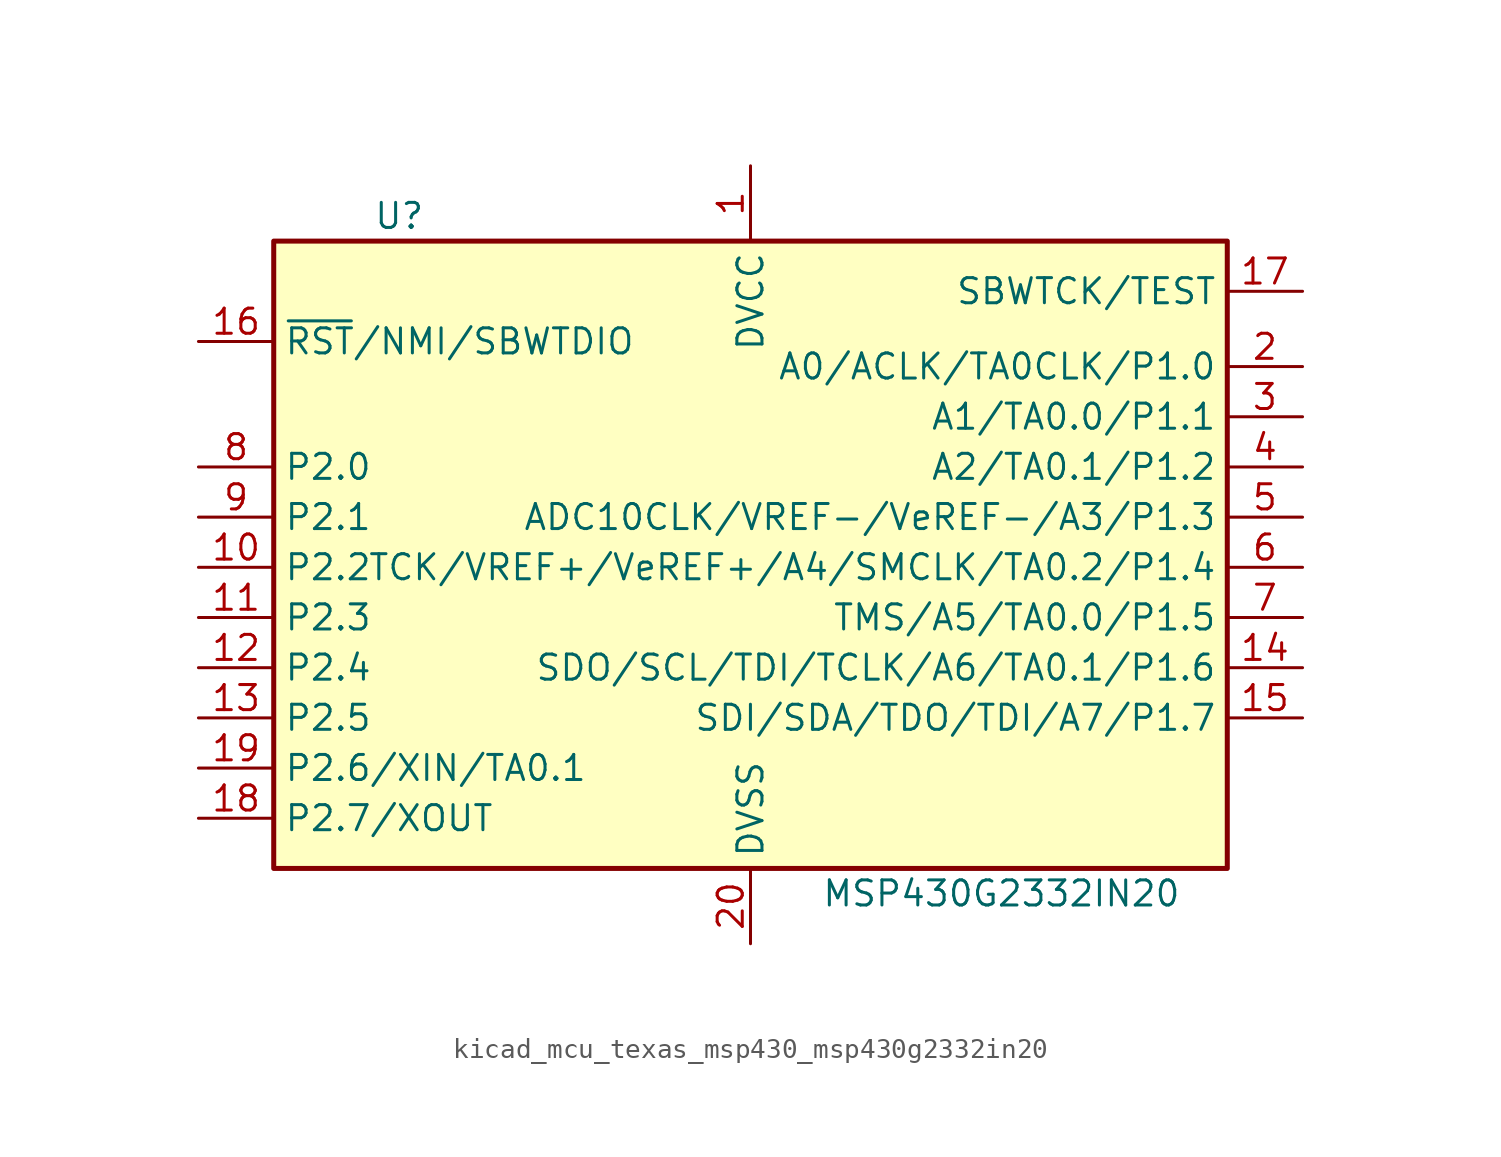
<source format=kicad_sym>
(kicad_symbol_lib
  (version 20220914)
  (generator kicad_symbol_editor)
  (symbol "kicad_mcu_texas_msp430_msp430g2332in20"
    (property "Reference" "U"
      (at -17.78 17.78 0)
      (effects (font (size 1.27 1.27))))
    (property "Value" "MSP430G2332IN20"
      (at 12.7 -16.51 0)
      (effects (font (size 1.27 1.27))))
    (symbol "kicad_mcu_texas_msp430_msp430g2332in20_0_1"
      (rectangle (start -24.13 16.51) (end 24.13 -15.24) (stroke (width 0.254) (type default)) (fill (type background))))
    (symbol "kicad_mcu_texas_msp430_msp430g2332in20_1_1"
      (pin power_in line (at 0 20.32 270) (length 3.81) (name "DVCC" (effects (font (size 1.27 1.27)))) (number "1" (effects (font (size 1.27 1.27)))))
      (pin bidirectional line (at -27.94 0 0) (length 3.81) (name "P2.2" (effects (font (size 1.27 1.27)))) (number "10" (effects (font (size 1.27 1.27)))))
      (pin bidirectional line (at -27.94 -2.54 0) (length 3.81) (name "P2.3" (effects (font (size 1.27 1.27)))) (number "11" (effects (font (size 1.27 1.27)))))
      (pin bidirectional line (at -27.94 -5.08 0) (length 3.81) (name "P2.4" (effects (font (size 1.27 1.27)))) (number "12" (effects (font (size 1.27 1.27)))))
      (pin bidirectional line (at -27.94 -7.62 0) (length 3.81) (name "P2.5" (effects (font (size 1.27 1.27)))) (number "13" (effects (font (size 1.27 1.27)))))
      (pin bidirectional line (at 27.94 -5.08 180) (length 3.81) (name "SDO/SCL/TDI/TCLK/A6/TA0.1/P1.6" (effects (font (size 1.27 1.27)))) (number "14" (effects (font (size 1.27 1.27)))))
      (pin bidirectional line (at 27.94 -7.62 180) (length 3.81) (name "SDI/SDA/TDO/TDI/A7/P1.7" (effects (font (size 1.27 1.27)))) (number "15" (effects (font (size 1.27 1.27)))))
      (pin input line (at -27.94 11.43 0) (length 3.81) (name "~{RST}/NMI/SBWTDIO" (effects (font (size 1.27 1.27)))) (number "16" (effects (font (size 1.27 1.27)))))
      (pin input line (at 27.94 13.97 180) (length 3.81) (name "SBWTCK/TEST" (effects (font (size 1.27 1.27)))) (number "17" (effects (font (size 1.27 1.27)))))
      (pin bidirectional line (at -27.94 -12.7 0) (length 3.81) (name "P2.7/XOUT" (effects (font (size 1.27 1.27)))) (number "18" (effects (font (size 1.27 1.27)))))
      (pin bidirectional line (at -27.94 -10.16 0) (length 3.81) (name "P2.6/XIN/TA0.1" (effects (font (size 1.27 1.27)))) (number "19" (effects (font (size 1.27 1.27)))))
      (pin bidirectional line (at 27.94 10.16 180) (length 3.81) (name "A0/ACLK/TA0CLK/P1.0" (effects (font (size 1.27 1.27)))) (number "2" (effects (font (size 1.27 1.27)))))
      (pin power_in line (at 0 -19.05 90) (length 3.81) (name "DVSS" (effects (font (size 1.27 1.27)))) (number "20" (effects (font (size 1.27 1.27)))))
      (pin bidirectional line (at 27.94 7.62 180) (length 3.81) (name "A1/TA0.0/P1.1" (effects (font (size 1.27 1.27)))) (number "3" (effects (font (size 1.27 1.27)))))
      (pin bidirectional line (at 27.94 5.08 180) (length 3.81) (name "A2/TA0.1/P1.2" (effects (font (size 1.27 1.27)))) (number "4" (effects (font (size 1.27 1.27)))))
      (pin bidirectional line (at 27.94 2.54 180) (length 3.81) (name "ADC10CLK/VREF-/VeREF-/A3/P1.3" (effects (font (size 1.27 1.27)))) (number "5" (effects (font (size 1.27 1.27)))))
      (pin bidirectional line (at 27.94 0 180) (length 3.81) (name "TCK/VREF+/VeREF+/A4/SMCLK/TA0.2/P1.4" (effects (font (size 1.27 1.27)))) (number "6" (effects (font (size 1.27 1.27)))))
      (pin bidirectional line (at 27.94 -2.54 180) (length 3.81) (name "TMS/A5/TA0.0/P1.5" (effects (font (size 1.27 1.27)))) (number "7" (effects (font (size 1.27 1.27)))))
      (pin bidirectional line (at -27.94 5.08 0) (length 3.81) (name "P2.0" (effects (font (size 1.27 1.27)))) (number "8" (effects (font (size 1.27 1.27)))))
      (pin bidirectional line (at -27.94 2.54 0) (length 3.81) (name "P2.1" (effects (font (size 1.27 1.27)))) (number "9" (effects (font (size 1.27 1.27))))))))
</source>
